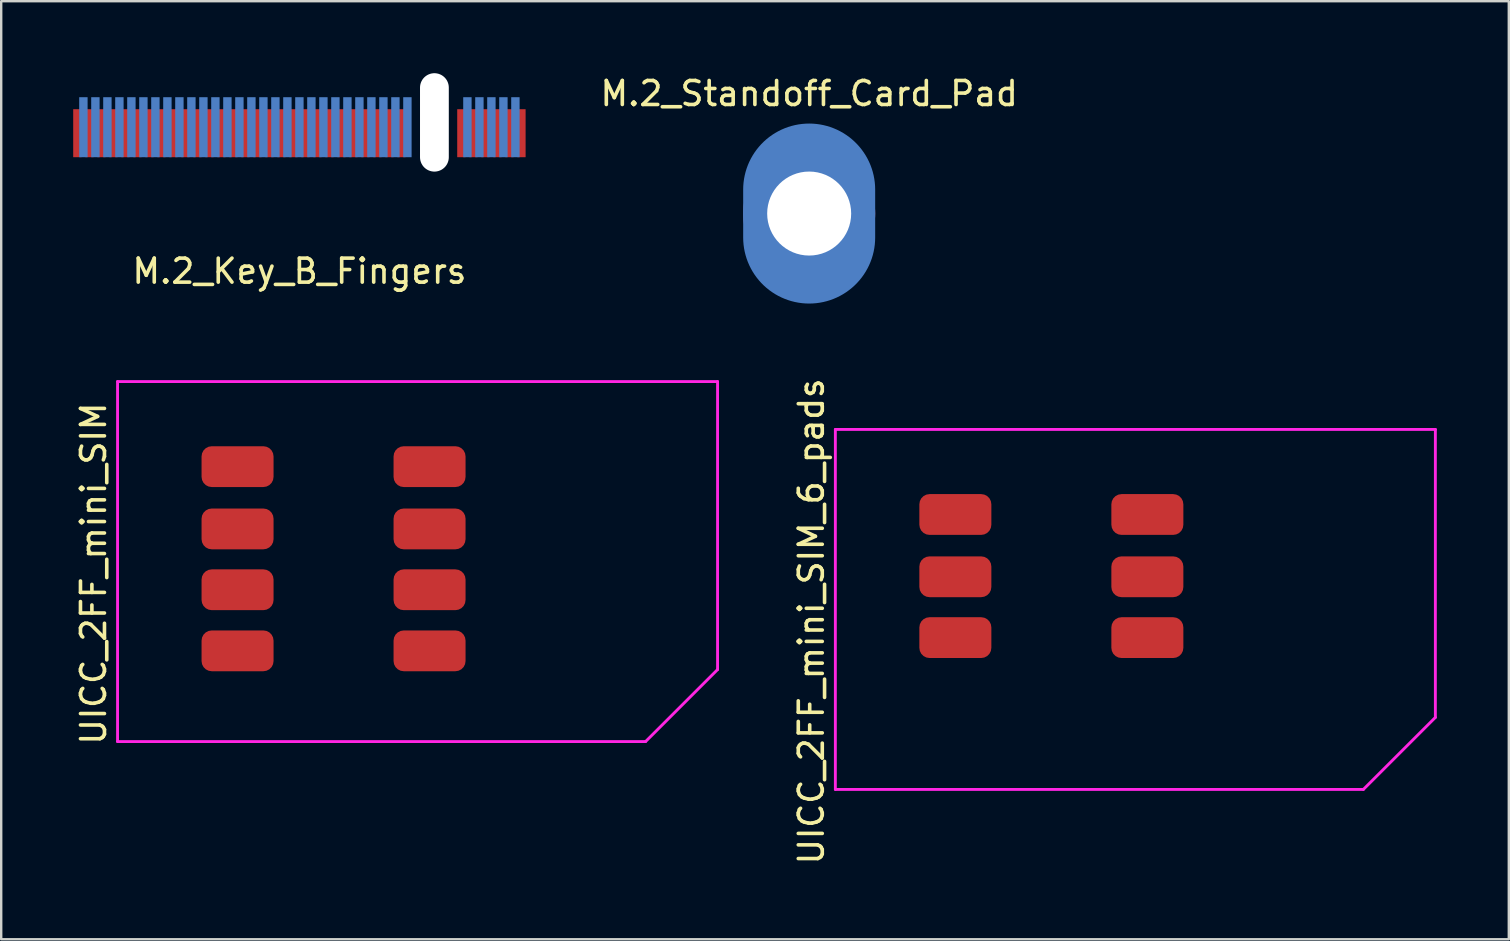
<source format=kicad_pcb>
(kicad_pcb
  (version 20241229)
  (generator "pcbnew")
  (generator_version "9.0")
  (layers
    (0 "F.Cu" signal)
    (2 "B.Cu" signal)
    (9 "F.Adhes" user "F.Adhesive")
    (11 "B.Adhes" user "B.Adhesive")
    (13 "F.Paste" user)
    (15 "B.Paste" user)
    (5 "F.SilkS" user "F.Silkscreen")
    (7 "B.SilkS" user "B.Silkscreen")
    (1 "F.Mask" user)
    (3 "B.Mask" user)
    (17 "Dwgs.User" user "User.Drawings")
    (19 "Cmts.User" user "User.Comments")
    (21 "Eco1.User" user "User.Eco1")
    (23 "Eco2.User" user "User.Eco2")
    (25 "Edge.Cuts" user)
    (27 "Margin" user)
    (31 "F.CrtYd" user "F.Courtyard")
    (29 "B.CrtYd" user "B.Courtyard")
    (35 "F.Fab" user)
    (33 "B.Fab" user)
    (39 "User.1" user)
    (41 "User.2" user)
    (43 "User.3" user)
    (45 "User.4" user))
  (footprint "UICC_2FF_mini_SIM_6_pads"
    (layer "F.Cu")
    (at 31.756 14.842)
    (property "Reference" "UICC_2FF_mini_SIM_6_pads" (at -1 8 90) (layer "F.SilkS") (effects (font (size 1 1) (thickness 0.15))))
    (attr through_hole)
    (fp_line (start 0 0) (end 0 15) (stroke (width 0.12) (type solid)) (layer "F.CrtYd"))
    (fp_line (start 0 0) (end 25 0) (stroke (width 0.12) (type solid)) (layer "F.CrtYd"))
    (fp_line (start 0 15) (end 22 15) (stroke (width 0.12) (type solid)) (layer "F.CrtYd"))
    (fp_line (start 25 0) (end 25 12) (stroke (width 0.12) (type solid)) (layer "F.CrtYd"))
    (fp_line (start 25 12) (end 22 15) (stroke (width 0.12) (type solid)) (layer "F.CrtYd"))
    (pad "1" smd roundrect (at 5 3.545) (size 3 1.7) (layers "F.Cu" "F.Mask" "F.Paste") (roundrect_rratio 0.25))
    (pad "2" smd roundrect (at 5 6.14) (size 3 1.7) (layers "F.Cu" "F.Mask" "F.Paste") (roundrect_rratio 0.25))
    (pad "3" smd roundrect (at 5 8.675) (size 3 1.7) (layers "F.Cu" "F.Mask" "F.Paste") (roundrect_rratio 0.25))
    (pad "5" smd roundrect (at 13 3.545) (size 3 1.7) (layers "F.Cu" "F.Mask" "F.Paste") (roundrect_rratio 0.25))
    (pad "6" smd roundrect (at 13 6.14) (size 3 1.7) (layers "F.Cu" "F.Mask" "F.Paste") (roundrect_rratio 0.25))
    (pad "7" smd roundrect (at 13 8.675) (size 3 1.7) (layers "F.Cu" "F.Mask" "F.Paste") (roundrect_rratio 0.25)))
  (footprint "M.2_Key_B_Fingers"
    (layer "F.Cu")
    (at 9.425 3.5)
    (property "Reference" "M.2_Key_B_Fingers" (at 0 4.75 0) (layer "F.SilkS") (effects (font (size 1 1) (thickness 0.15))))
    (attr exclude_from_pos_files exclude_from_bom)
    (pad "" np_thru_hole oval (at 5.625 -1.45) (size 1.2 4.1) (drill oval 1.2 4.1) (layers "*.Cu" "*.Mask"))
    (pad "1" connect rect (at 9.25 -1) (size 0.35 2) (layers "F.Cu" "F.Mask"))
    (pad "2" connect rect (at 9 -1.25) (size 0.35 2.5) (layers "B.Cu" "B.Mask"))
    (pad "3" connect rect (at 8.75 -1) (size 0.35 2) (layers "F.Cu" "F.Mask"))
    (pad "4" connect rect (at 8.5 -1.25) (size 0.35 2.5) (layers "B.Cu" "B.Mask"))
    (pad "5" connect rect (at 8.25 -1) (size 0.35 2) (layers "F.Cu" "F.Mask"))
    (pad "6" connect rect (at 8 -1.25) (size 0.35 2.5) (layers "B.Cu" "B.Mask"))
    (pad "7" connect rect (at 7.75 -1) (size 0.35 2) (layers "F.Cu" "F.Mask"))
    (pad "8" connect rect (at 7.5 -1.25) (size 0.35 2.5) (layers "B.Cu" "B.Mask"))
    (pad "9" connect rect (at 7.25 -1) (size 0.35 2) (layers "F.Cu" "F.Mask"))
    (pad "10" connect rect (at 7 -1.25) (size 0.35 2.5) (layers "B.Cu" "B.Mask"))
    (pad "11" connect rect (at 6.75 -1) (size 0.35 2) (layers "F.Cu" "F.Mask"))
    (pad "20" connect rect (at 4.5 -1.25) (size 0.35 2.5) (layers "B.Cu" "B.Mask"))
    (pad "21" connect rect (at 4.25 -1) (size 0.35 2) (layers "F.Cu" "F.Mask"))
    (pad "22" connect rect (at 4 -1.25) (size 0.35 2.5) (layers "B.Cu" "B.Mask"))
    (pad "23" connect rect (at 3.75 -1) (size 0.35 2) (layers "F.Cu" "F.Mask"))
    (pad "24" connect rect (at 3.5 -1.25) (size 0.35 2.5) (layers "B.Cu" "B.Mask"))
    (pad "25" connect rect (at 3.25 -1) (size 0.35 2) (layers "F.Cu" "F.Mask"))
    (pad "26" connect rect (at 3 -1.25) (size 0.35 2.5) (layers "B.Cu" "B.Mask"))
    (pad "27" connect rect (at 2.75 -1) (size 0.35 2) (layers "F.Cu" "F.Mask"))
    (pad "28" connect rect (at 2.5 -1.25) (size 0.35 2.5) (layers "B.Cu" "B.Mask"))
    (pad "29" connect rect (at 2.25 -1) (size 0.35 2) (layers "F.Cu" "F.Mask"))
    (pad "30" connect rect (at 2 -1.25) (size 0.35 2.5) (layers "B.Cu" "B.Mask"))
    (pad "31" connect rect (at 1.75 -1) (size 0.35 2) (layers "F.Cu" "F.Mask"))
    (pad "32" connect rect (at 1.5 -1.25) (size 0.35 2.5) (layers "B.Cu" "B.Mask"))
    (pad "33" connect rect (at 1.25 -1) (size 0.35 2) (layers "F.Cu" "F.Mask"))
    (pad "34" connect rect (at 1 -1.25) (size 0.35 2.5) (layers "B.Cu" "B.Mask"))
    (pad "35" connect rect (at 0.75 -1) (size 0.35 2) (layers "F.Cu" "F.Mask"))
    (pad "36" connect rect (at 0.5 -1.25) (size 0.35 2.5) (layers "B.Cu" "B.Mask"))
    (pad "37" connect rect (at 0.25 -1) (size 0.35 2) (layers "F.Cu" "F.Mask"))
    (pad "38" connect rect (at 0 -1.25) (size 0.35 2.5) (layers "B.Cu" "B.Mask"))
    (pad "39" connect rect (at -0.25 -1) (size 0.35 2) (layers "F.Cu" "F.Mask"))
    (pad "40" connect rect (at -0.5 -1.25) (size 0.35 2.5) (layers "B.Cu" "B.Mask"))
    (pad "41" connect rect (at -0.75 -1) (size 0.35 2) (layers "F.Cu" "F.Mask"))
    (pad "42" connect rect (at -1 -1.25) (size 0.35 2.5) (layers "B.Cu" "B.Mask"))
    (pad "43" connect rect (at -1.25 -1) (size 0.35 2) (layers "F.Cu" "F.Mask"))
    (pad "44" connect rect (at -1.5 -1.25) (size 0.35 2.5) (layers "B.Cu" "B.Mask"))
    (pad "45" connect rect (at -1.75 -1) (size 0.35 2) (layers "F.Cu" "F.Mask"))
    (pad "46" connect rect (at -2 -1.25) (size 0.35 2.5) (layers "B.Cu" "B.Mask"))
    (pad "47" connect rect (at -2.25 -1) (size 0.35 2) (layers "F.Cu" "F.Mask"))
    (pad "48" connect rect (at -2.5 -1.25) (size 0.35 2.5) (layers "B.Cu" "B.Mask"))
    (pad "49" connect rect (at -2.75 -1) (size 0.35 2) (layers "F.Cu" "F.Mask"))
    (pad "50" connect rect (at -3 -1.25) (size 0.35 2.5) (layers "B.Cu" "B.Mask"))
    (pad "51" connect rect (at -3.25 -1) (size 0.35 2) (layers "F.Cu" "F.Mask"))
    (pad "52" connect rect (at -3.5 -1.25) (size 0.35 2.5) (layers "B.Cu" "B.Mask"))
    (pad "53" connect rect (at -3.75 -1) (size 0.35 2) (layers "F.Cu" "F.Mask"))
    (pad "54" connect rect (at -4 -1.25) (size 0.35 2.5) (layers "B.Cu" "B.Mask"))
    (pad "55" connect rect (at -4.25 -1) (size 0.35 2) (layers "F.Cu" "F.Mask"))
    (pad "56" connect rect (at -4.5 -1.25) (size 0.35 2.5) (layers "B.Cu" "B.Mask"))
    (pad "57" connect rect (at -4.75 -1) (size 0.35 2) (layers "F.Cu" "F.Mask"))
    (pad "58" connect rect (at -5 -1.25) (size 0.35 2.5) (layers "B.Cu" "B.Mask"))
    (pad "59" connect rect (at -5.25 -1) (size 0.35 2) (layers "F.Cu" "F.Mask"))
    (pad "60" connect rect (at -5.5 -1.25) (size 0.35 2.5) (layers "B.Cu" "B.Mask"))
    (pad "61" connect rect (at -5.75 -1) (size 0.35 2) (layers "F.Cu" "F.Mask"))
    (pad "62" connect rect (at -6 -1.25) (size 0.35 2.5) (layers "B.Cu" "B.Mask"))
    (pad "63" connect rect (at -6.25 -1) (size 0.35 2) (layers "F.Cu" "F.Mask"))
    (pad "64" connect rect (at -6.5 -1.25) (size 0.35 2.5) (layers "B.Cu" "B.Mask"))
    (pad "65" connect rect (at -6.75 -1) (size 0.35 2) (layers "F.Cu" "F.Mask"))
    (pad "66" connect rect (at -7 -1.25) (size 0.35 2.5) (layers "B.Cu" "B.Mask"))
    (pad "67" connect rect (at -7.25 -1) (size 0.35 2) (layers "F.Cu" "F.Mask"))
    (pad "68" connect rect (at -7.5 -1.25) (size 0.35 2.5) (layers "B.Cu" "B.Mask"))
    (pad "69" connect rect (at -7.75 -1) (size 0.35 2) (layers "F.Cu" "F.Mask"))
    (pad "70" connect rect (at -8 -1.25) (size 0.35 2.5) (layers "B.Cu" "B.Mask"))
    (pad "71" connect rect (at -8.25 -1) (size 0.35 2) (layers "F.Cu" "F.Mask"))
    (pad "72" connect rect (at -8.5 -1.25) (size 0.35 2.5) (layers "B.Cu" "B.Mask"))
    (pad "73" connect rect (at -8.75 -1) (size 0.35 2) (layers "F.Cu" "F.Mask"))
    (pad "74" connect rect (at -9 -1.25) (size 0.35 2.5) (layers "B.Cu" "B.Mask"))
    (pad "75" connect rect (at -9.25 -1) (size 0.35 2) (layers "F.Cu" "F.Mask")))
  (footprint "UICC_2FF_mini_SIM"
    (layer "F.Cu")
    (at 1.848 12.848)
    (property "Reference" "UICC_2FF_mini_SIM" (at -1 8 90) (layer "F.SilkS") (effects (font (size 1 1) (thickness 0.15))))
    (attr through_hole)
    (fp_line (start 0 0) (end 0 15) (stroke (width 0.12) (type solid)) (layer "F.CrtYd"))
    (fp_line (start 0 0) (end 25 0) (stroke (width 0.12) (type solid)) (layer "F.CrtYd"))
    (fp_line (start 0 15) (end 22 15) (stroke (width 0.12) (type solid)) (layer "F.CrtYd"))
    (fp_line (start 25 0) (end 25 12) (stroke (width 0.12) (type solid)) (layer "F.CrtYd"))
    (fp_line (start 25 12) (end 22 15) (stroke (width 0.12) (type solid)) (layer "F.CrtYd"))
    (pad "1" smd roundrect (at 5 3.545) (size 3 1.7) (layers "F.Cu" "F.Mask" "F.Paste") (roundrect_rratio 0.25))
    (pad "2" smd roundrect (at 5 6.14) (size 3 1.7) (layers "F.Cu" "F.Mask" "F.Paste") (roundrect_rratio 0.25))
    (pad "3" smd roundrect (at 5 8.675) (size 3 1.7) (layers "F.Cu" "F.Mask" "F.Paste") (roundrect_rratio 0.25))
    (pad "5" smd roundrect (at 5 11.22) (size 3 1.7) (layers "F.Cu" "F.Mask" "F.Paste") (roundrect_rratio 0.25))
    (pad "5" smd roundrect (at 13 3.545) (size 3 1.7) (layers "F.Cu" "F.Mask" "F.Paste") (roundrect_rratio 0.25))
    (pad "5" smd roundrect (at 13 11.22) (size 3 1.7) (layers "F.Cu" "F.Mask" "F.Paste") (roundrect_rratio 0.25))
    (pad "6" smd roundrect (at 13 6.14) (size 3 1.7) (layers "F.Cu" "F.Mask" "F.Paste") (roundrect_rratio 0.25))
    (pad "7" smd roundrect (at 13 8.675) (size 3 1.7) (layers "F.Cu" "F.Mask" "F.Paste") (roundrect_rratio 0.25)))
  (footprint "M.2_Standoff_Card_Pad"
    (layer "F.Cu")
    (at 30.665 5.848)
    (property "Reference" "M.2_Standoff_Card_Pad" (at 0 -5 0) (layer "F.SilkS") (effects (font (size 1 1) (thickness 0.15))))
    (attr through_hole)
    (pad "1" thru_hole circle (at 0 0) (size 5.5 5.5) (drill 3.5) (layers "*.Cu" "*.Mask"))
    (pad "2" connect oval (at 0 0) (size 5.5 7.5) (layers "B.Cu" "B.Mask")))
  (gr_rect
    (start -3 -3)
    (end 59.816 36.086)
    (stroke (width 0.1) (type default))
    (fill no)
    (layer "Edge.Cuts")))
</source>
